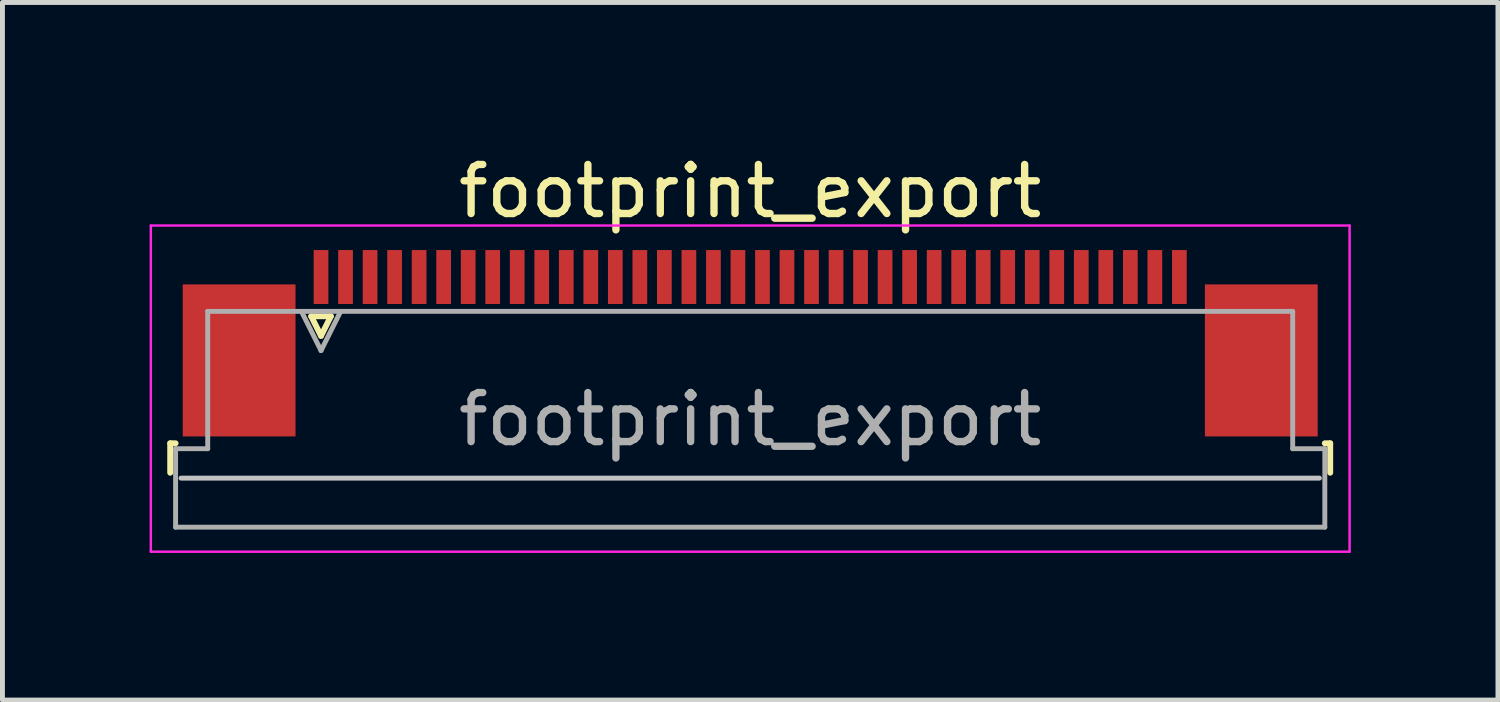
<source format=kicad_pcb>
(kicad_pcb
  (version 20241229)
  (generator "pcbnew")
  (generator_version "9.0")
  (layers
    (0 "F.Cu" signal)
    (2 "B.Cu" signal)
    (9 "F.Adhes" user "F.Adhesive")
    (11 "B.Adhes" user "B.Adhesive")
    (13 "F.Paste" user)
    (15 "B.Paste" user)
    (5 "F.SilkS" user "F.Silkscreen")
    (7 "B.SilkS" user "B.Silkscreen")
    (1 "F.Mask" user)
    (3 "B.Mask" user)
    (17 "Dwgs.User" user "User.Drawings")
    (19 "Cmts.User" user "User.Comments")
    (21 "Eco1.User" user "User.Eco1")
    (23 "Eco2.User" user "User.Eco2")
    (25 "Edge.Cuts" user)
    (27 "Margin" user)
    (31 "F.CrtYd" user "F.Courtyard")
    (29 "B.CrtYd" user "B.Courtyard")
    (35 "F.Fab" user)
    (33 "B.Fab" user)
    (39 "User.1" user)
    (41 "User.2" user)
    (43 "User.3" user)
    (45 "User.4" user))
  (footprint "footprint_export"
    (layer "F.Cu")
    (at 12.245 3.948)
    (property "Reference" "footprint_export" (at 0 -3.1 0) (layer "F.SilkS") (effects (font (size 1 1) (thickness 0.15))))
    (attr smd)
    (fp_line (start -11.825 2.04) (end -11.825 2.64) (stroke (width 0.12) (type solid)) (layer "F.SilkS"))
    (fp_line (start -11.715 2.04) (end -11.825 2.04) (stroke (width 0.12) (type solid)) (layer "F.SilkS"))
    (fp_line (start -8.95 -0.55) (end -8.75 -0.15) (stroke (width 0.12) (type solid)) (layer "F.SilkS"))
    (fp_line (start -8.75 -0.15) (end -8.55 -0.55) (stroke (width 0.12) (type solid)) (layer "F.SilkS"))
    (fp_line (start -8.55 -0.55) (end -8.95 -0.55) (stroke (width 0.12) (type solid)) (layer "F.SilkS"))
    (fp_line (start 11.715 2.04) (end 11.825 2.04) (stroke (width 0.12) (type solid)) (layer "F.SilkS"))
    (fp_line (start 11.825 2.04) (end 11.825 2.64) (stroke (width 0.12) (type solid)) (layer "F.SilkS"))
    (fp_line (start 11.605 2.75) (end -11.605 2.75) (stroke (width 0.1) (type solid)) (layer "Dwgs.User"))
    (fp_line (start -12.22 -2.4) (end -12.22 4.25) (stroke (width 0.05) (type solid)) (layer "F.CrtYd"))
    (fp_line (start -12.22 4.25) (end 12.22 4.25) (stroke (width 0.05) (type solid)) (layer "F.CrtYd"))
    (fp_line (start 12.22 -2.4) (end -12.22 -2.4) (stroke (width 0.05) (type solid)) (layer "F.CrtYd"))
    (fp_line (start 12.22 4.25) (end 12.22 -2.4) (stroke (width 0.05) (type solid)) (layer "F.CrtYd"))
    (fp_line (start -11.715 2.15) (end -11.06 2.15) (stroke (width 0.1) (type solid)) (layer "F.Fab"))
    (fp_line (start -11.715 3.75) (end -11.715 2.15) (stroke (width 0.1) (type solid)) (layer "F.Fab"))
    (fp_line (start -11.06 -0.65) (end 11.06 -0.65) (stroke (width 0.1) (type solid)) (layer "F.Fab"))
    (fp_line (start -11.06 2.15) (end -11.06 -0.65) (stroke (width 0.1) (type solid)) (layer "F.Fab"))
    (fp_line (start -9.15 -0.65) (end -8.75 0.15) (stroke (width 0.1) (type solid)) (layer "F.Fab"))
    (fp_line (start -8.75 0.15) (end -8.35 -0.65) (stroke (width 0.1) (type solid)) (layer "F.Fab"))
    (fp_line (start 11.06 -0.65) (end 11.06 2.15) (stroke (width 0.1) (type solid)) (layer "F.Fab"))
    (fp_line (start 11.06 2.15) (end 11.715 2.15) (stroke (width 0.1) (type solid)) (layer "F.Fab"))
    (fp_line (start 11.715 2.15) (end 11.715 3.75) (stroke (width 0.1) (type solid)) (layer "F.Fab"))
    (fp_line (start 11.715 3.75) (end -11.715 3.75) (stroke (width 0.1) (type solid)) (layer "F.Fab"))
    (fp_text user "${REFERENCE}" (at 0 1.55 0) (layer "F.Fab") (effects (font (size 1 1) (thickness 0.15))))
    (pad "1" smd rect (at -8.75 -1.35) (size 0.3 1.1) (layers "F.Cu" "F.Mask" "F.Paste"))
    (pad "2" smd rect (at -8.25 -1.35) (size 0.3 1.1) (layers "F.Cu" "F.Mask" "F.Paste"))
    (pad "3" smd rect (at -7.75 -1.35) (size 0.3 1.1) (layers "F.Cu" "F.Mask" "F.Paste"))
    (pad "4" smd rect (at -7.25 -1.35) (size 0.3 1.1) (layers "F.Cu" "F.Mask" "F.Paste"))
    (pad "5" smd rect (at -6.75 -1.35) (size 0.3 1.1) (layers "F.Cu" "F.Mask" "F.Paste"))
    (pad "6" smd rect (at -6.25 -1.35) (size 0.3 1.1) (layers "F.Cu" "F.Mask" "F.Paste"))
    (pad "7" smd rect (at -5.75 -1.35) (size 0.3 1.1) (layers "F.Cu" "F.Mask" "F.Paste"))
    (pad "8" smd rect (at -5.25 -1.35) (size 0.3 1.1) (layers "F.Cu" "F.Mask" "F.Paste"))
    (pad "9" smd rect (at -4.75 -1.35) (size 0.3 1.1) (layers "F.Cu" "F.Mask" "F.Paste"))
    (pad "10" smd rect (at -4.25 -1.35) (size 0.3 1.1) (layers "F.Cu" "F.Mask" "F.Paste"))
    (pad "11" smd rect (at -3.75 -1.35) (size 0.3 1.1) (layers "F.Cu" "F.Mask" "F.Paste"))
    (pad "12" smd rect (at -3.25 -1.35) (size 0.3 1.1) (layers "F.Cu" "F.Mask" "F.Paste"))
    (pad "13" smd rect (at -2.75 -1.35) (size 0.3 1.1) (layers "F.Cu" "F.Mask" "F.Paste"))
    (pad "14" smd rect (at -2.25 -1.35) (size 0.3 1.1) (layers "F.Cu" "F.Mask" "F.Paste"))
    (pad "15" smd rect (at -1.75 -1.35) (size 0.3 1.1) (layers "F.Cu" "F.Mask" "F.Paste"))
    (pad "16" smd rect (at -1.25 -1.35) (size 0.3 1.1) (layers "F.Cu" "F.Mask" "F.Paste"))
    (pad "17" smd rect (at -0.75 -1.35) (size 0.3 1.1) (layers "F.Cu" "F.Mask" "F.Paste"))
    (pad "18" smd rect (at -0.25 -1.35) (size 0.3 1.1) (layers "F.Cu" "F.Mask" "F.Paste"))
    (pad "19" smd rect (at 0.25 -1.35) (size 0.3 1.1) (layers "F.Cu" "F.Mask" "F.Paste"))
    (pad "20" smd rect (at 0.75 -1.35) (size 0.3 1.1) (layers "F.Cu" "F.Mask" "F.Paste"))
    (pad "21" smd rect (at 1.25 -1.35) (size 0.3 1.1) (layers "F.Cu" "F.Mask" "F.Paste"))
    (pad "22" smd rect (at 1.75 -1.35) (size 0.3 1.1) (layers "F.Cu" "F.Mask" "F.Paste"))
    (pad "23" smd rect (at 2.25 -1.35) (size 0.3 1.1) (layers "F.Cu" "F.Mask" "F.Paste"))
    (pad "24" smd rect (at 2.75 -1.35) (size 0.3 1.1) (layers "F.Cu" "F.Mask" "F.Paste"))
    (pad "25" smd rect (at 3.25 -1.35) (size 0.3 1.1) (layers "F.Cu" "F.Mask" "F.Paste"))
    (pad "26" smd rect (at 3.75 -1.35) (size 0.3 1.1) (layers "F.Cu" "F.Mask" "F.Paste"))
    (pad "27" smd rect (at 4.25 -1.35) (size 0.3 1.1) (layers "F.Cu" "F.Mask" "F.Paste"))
    (pad "28" smd rect (at 4.75 -1.35) (size 0.3 1.1) (layers "F.Cu" "F.Mask" "F.Paste"))
    (pad "29" smd rect (at 5.25 -1.35) (size 0.3 1.1) (layers "F.Cu" "F.Mask" "F.Paste"))
    (pad "30" smd rect (at 5.75 -1.35) (size 0.3 1.1) (layers "F.Cu" "F.Mask" "F.Paste"))
    (pad "31" smd rect (at 6.25 -1.35) (size 0.3 1.1) (layers "F.Cu" "F.Mask" "F.Paste"))
    (pad "32" smd rect (at 6.75 -1.35) (size 0.3 1.1) (layers "F.Cu" "F.Mask" "F.Paste"))
    (pad "33" smd rect (at 7.25 -1.35) (size 0.3 1.1) (layers "F.Cu" "F.Mask" "F.Paste"))
    (pad "34" smd rect (at 7.75 -1.35) (size 0.3 1.1) (layers "F.Cu" "F.Mask" "F.Paste"))
    (pad "35" smd rect (at 8.25 -1.35) (size 0.3 1.1) (layers "F.Cu" "F.Mask" "F.Paste"))
    (pad "36" smd rect (at 8.75 -1.35) (size 0.3 1.1) (layers "F.Cu" "F.Mask" "F.Paste"))
    (pad "MP" smd rect (at -10.42 0.35) (size 2.3 3.1) (layers "F.Cu" "F.Mask" "F.Paste"))
    (pad "MP" smd rect (at 10.42 0.35) (size 2.3 3.1) (layers "F.Cu" "F.Mask" "F.Paste")))
  (gr_rect
    (start -3 -3)
    (end 27.49 11.223)
    (stroke (width 0.1) (type default))
    (fill no)
    (layer "Edge.Cuts")))
</source>
